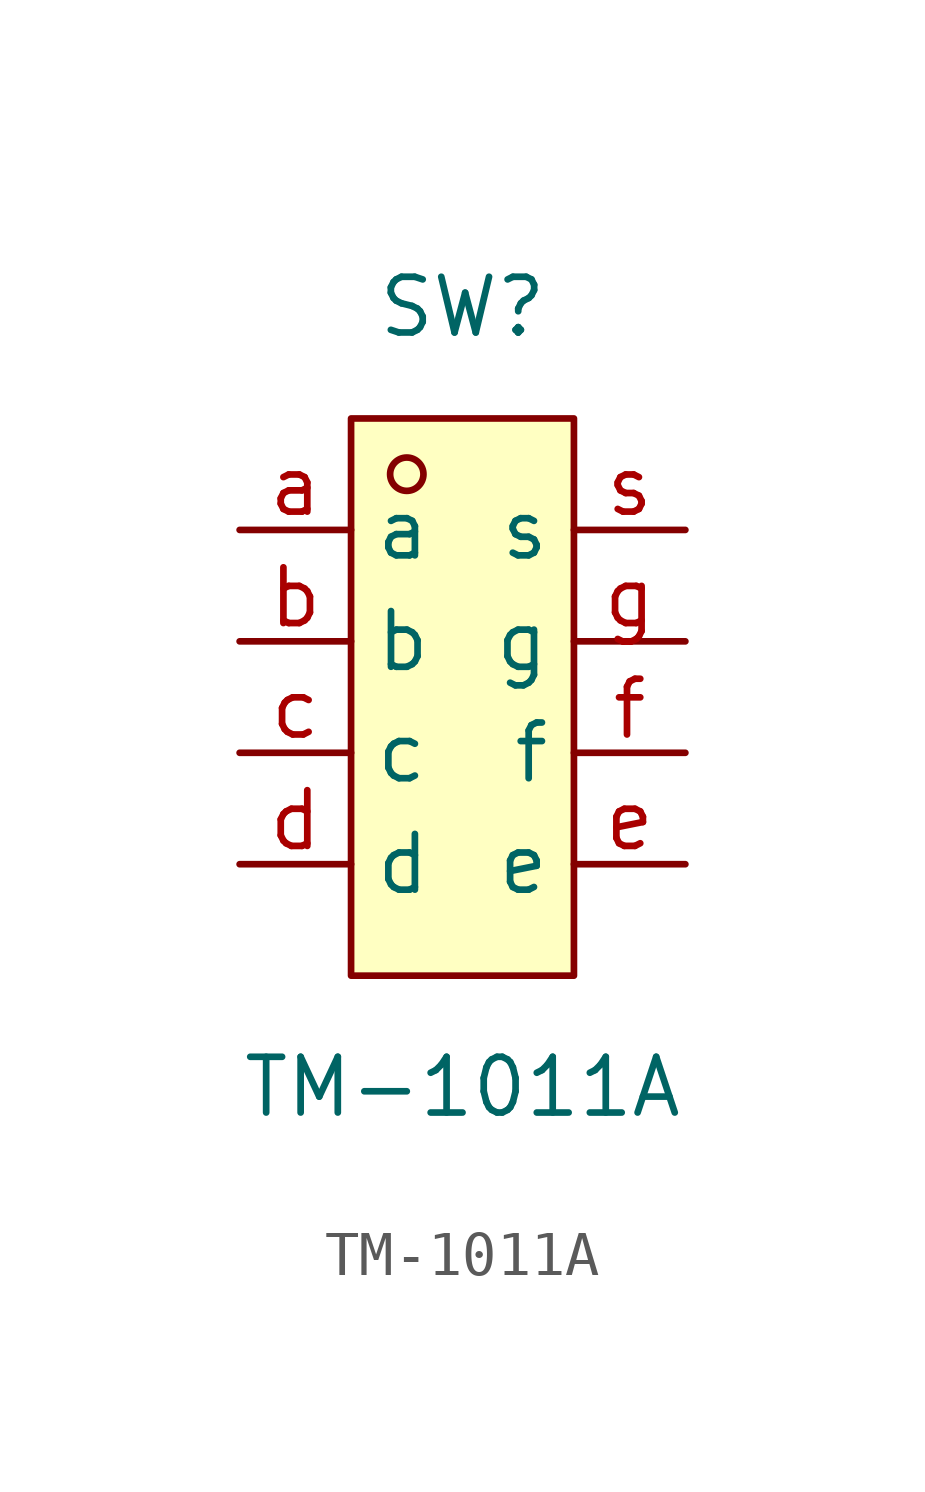
<source format=kicad_sym>
(kicad_symbol_lib
  (version 20211014)
  (generator https://github.com/uPesy/easyeda2kicad.py)
  (symbol "TM-1011A"
    (property "Reference" "SW"
      (at 0 8.89 0)
      (effects (font (size 1.27 1.27))))
    (property "Value" "TM-1011A"
      (at 0 -8.89 0)
      (effects (font (size 1.27 1.27))))
    (symbol "TM-1011A_0_1"
      (rectangle (start -2.54 6.35) (end 2.54 -6.35) (stroke (width 0) (type default) (color 0 0 0 0)) (fill (type background)))
      (circle (center -1.27 5.08) (radius 0.38) (stroke (width 0) (type default) (color 0 0 0 0)) (fill (type none)))
      (pin unspecified line (at -5.08 3.81 0) (length 2.54) (name "a" (effects (font (size 1.27 1.27)))) (number "a" (effects (font (size 1.27 1.27)))))
      (pin unspecified line (at -5.08 1.27 0) (length 2.54) (name "b" (effects (font (size 1.27 1.27)))) (number "b" (effects (font (size 1.27 1.27)))))
      (pin unspecified line (at -5.08 -1.27 0) (length 2.54) (name "c" (effects (font (size 1.27 1.27)))) (number "c" (effects (font (size 1.27 1.27)))))
      (pin unspecified line (at -5.08 -3.81 0) (length 2.54) (name "d" (effects (font (size 1.27 1.27)))) (number "d" (effects (font (size 1.27 1.27)))))
      (pin unspecified line (at 5.08 -3.81 180) (length 2.54) (name "e" (effects (font (size 1.27 1.27)))) (number "e" (effects (font (size 1.27 1.27)))))
      (pin unspecified line (at 5.08 -1.27 180) (length 2.54) (name "f" (effects (font (size 1.27 1.27)))) (number "f" (effects (font (size 1.27 1.27)))))
      (pin unspecified line (at 5.08 1.27 180) (length 2.54) (name "g" (effects (font (size 1.27 1.27)))) (number "g" (effects (font (size 1.27 1.27)))))
      (pin unspecified line (at 5.08 3.81 180) (length 2.54) (name "s" (effects (font (size 1.27 1.27)))) (number "s" (effects (font (size 1.27 1.27))))))))
</source>
